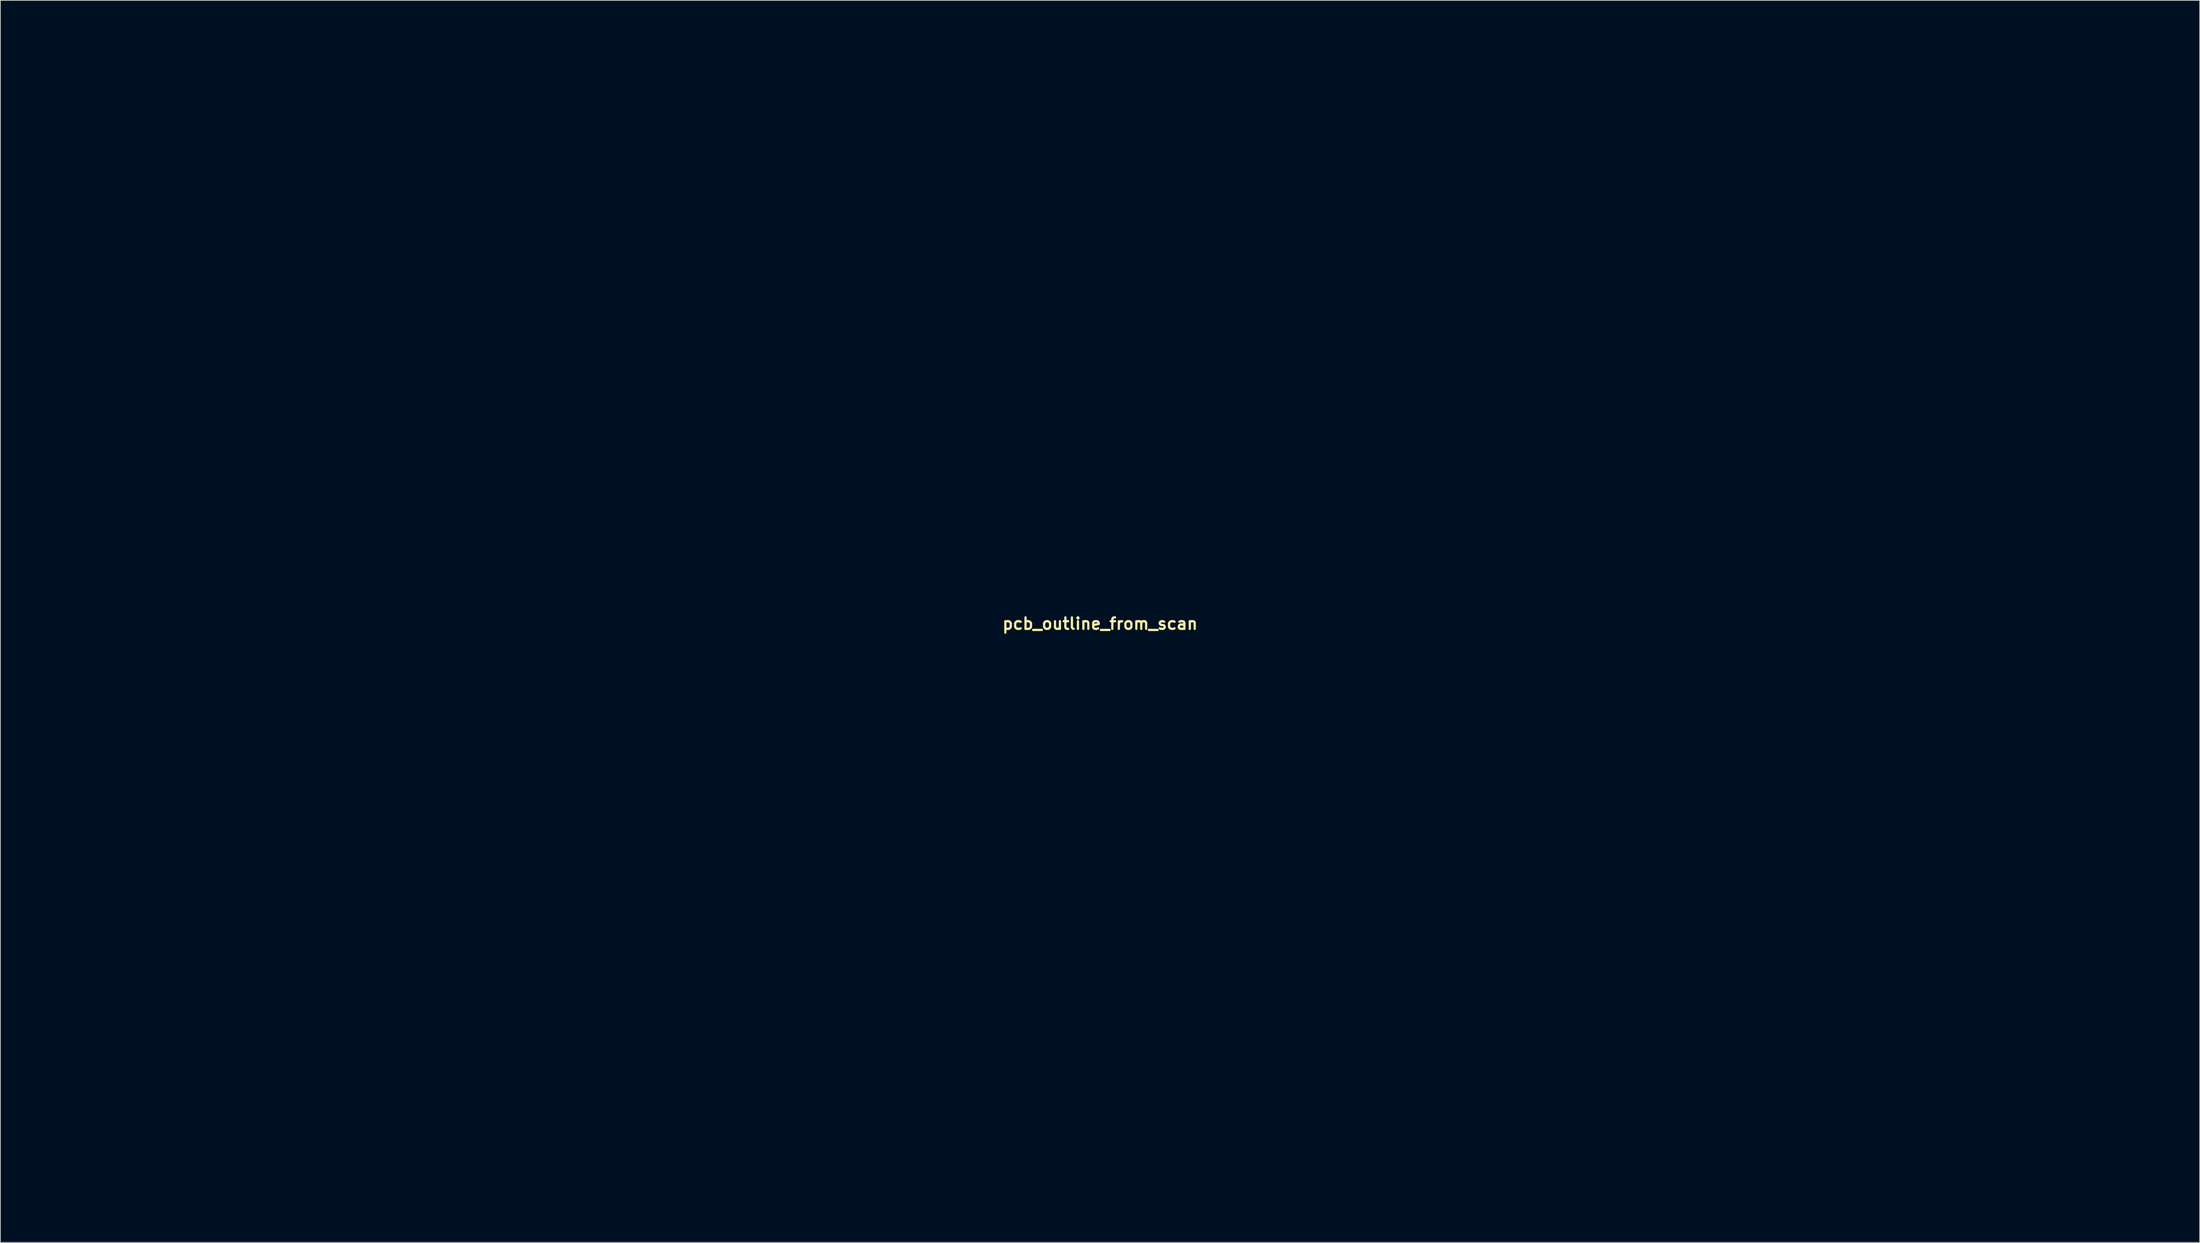
<source format=kicad_pcb>
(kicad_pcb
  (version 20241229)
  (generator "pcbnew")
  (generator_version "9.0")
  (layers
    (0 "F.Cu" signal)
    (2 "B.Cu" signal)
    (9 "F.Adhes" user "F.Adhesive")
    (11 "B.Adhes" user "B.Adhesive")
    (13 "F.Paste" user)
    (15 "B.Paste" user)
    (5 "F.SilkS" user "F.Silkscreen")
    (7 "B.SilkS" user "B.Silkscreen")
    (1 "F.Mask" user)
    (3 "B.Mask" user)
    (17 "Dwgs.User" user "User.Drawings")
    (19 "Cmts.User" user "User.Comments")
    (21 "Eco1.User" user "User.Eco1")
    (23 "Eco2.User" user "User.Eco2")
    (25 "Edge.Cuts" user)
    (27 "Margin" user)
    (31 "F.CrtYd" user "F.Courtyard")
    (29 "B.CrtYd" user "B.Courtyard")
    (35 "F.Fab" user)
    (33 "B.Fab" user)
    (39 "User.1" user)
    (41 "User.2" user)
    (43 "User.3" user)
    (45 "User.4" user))
  (footprint "pcb_outline_from_scan"
    (layer "F.Cu")
    (at 143.233 79.909)
    (property "Reference" "pcb_outline_from_scan" (at 0 0 0) (layer "F.SilkS") (effects (font (size 1.524 1.524) (thickness 0.3))))
    (attr through_hole)
    (fp_poly (pts (xy -69.497 -79.199) (xy -69.674 -79.022) (xy -69.85 -79.199) (xy -69.674 -79.375) (xy -69.497 -79.199)) (stroke (width 0.01) (type solid)) (fill no) (layer "Eco2.User"))
    (fp_poly (pts (xy -69.144 -78.493) (xy -69.321 -78.317) (xy -69.497 -78.493) (xy -69.321 -78.669) (xy -69.144 -78.493)) (stroke (width 0.01) (type solid)) (fill no) (layer "Eco2.User"))
    (fp_poly (pts (xy -69.144 -76.376) (xy -69.321 -76.2) (xy -69.497 -76.376) (xy -69.321 -76.553) (xy -69.144 -76.376)) (stroke (width 0.01) (type solid)) (fill no) (layer "Eco2.User"))
    (fp_poly (pts (xy -69.144 -73.201) (xy -69.321 -73.025) (xy -69.497 -73.201) (xy -69.321 -73.378) (xy -69.144 -73.201)) (stroke (width 0.01) (type solid)) (fill no) (layer "Eco2.User"))
    (fp_poly (pts (xy -69.144 -70.379) (xy -69.321 -70.203) (xy -69.497 -70.379) (xy -69.321 -70.556) (xy -69.144 -70.379)) (stroke (width 0.01) (type solid)) (fill no) (layer "Eco2.User"))
    (fp_poly (pts (xy -69.144 -67.204) (xy -69.321 -67.028) (xy -69.497 -67.204) (xy -69.321 -67.381) (xy -69.144 -67.204)) (stroke (width 0.01) (type solid)) (fill no) (layer "Eco2.User"))
    (fp_poly (pts (xy -69.144 -60.854) (xy -69.321 -60.678) (xy -69.497 -60.854) (xy -69.321 -61.031) (xy -69.144 -60.854)) (stroke (width 0.01) (type solid)) (fill no) (layer "Eco2.User"))
    (fp_poly (pts (xy -69.144 -58.737) (xy -69.321 -58.561) (xy -69.497 -58.737) (xy -69.321 -58.914) (xy -69.144 -58.737)) (stroke (width 0.01) (type solid)) (fill no) (layer "Eco2.User"))
    (fp_poly (pts (xy -69.144 -56.268) (xy -69.321 -56.092) (xy -69.497 -56.268) (xy -69.321 -56.444) (xy -69.144 -56.268)) (stroke (width 0.01) (type solid)) (fill no) (layer "Eco2.User"))
    (fp_poly (pts (xy -69.144 -53.799) (xy -69.321 -53.622) (xy -69.497 -53.799) (xy -69.321 -53.975) (xy -69.144 -53.799)) (stroke (width 0.01) (type solid)) (fill no) (layer "Eco2.User"))
    (fp_poly (pts (xy -69.144 -51.329) (xy -69.321 -51.153) (xy -69.497 -51.329) (xy -69.321 -51.506) (xy -69.144 -51.329)) (stroke (width 0.01) (type solid)) (fill no) (layer "Eco2.User"))
    (fp_poly (pts (xy -67.733 -49.565) (xy -67.91 -49.389) (xy -68.086 -49.565) (xy -67.91 -49.742) (xy -67.733 -49.565)) (stroke (width 0.01) (type solid)) (fill no) (layer "Eco2.User"))
    (fp_poly (pts (xy -66.675 -49.565) (xy -66.851 -49.389) (xy -67.028 -49.565) (xy -66.851 -49.742) (xy -66.675 -49.565)) (stroke (width 0.01) (type solid)) (fill no) (layer "Eco2.User"))
    (fp_poly (pts (xy -65.617 -49.565) (xy -65.793 -49.389) (xy -65.969 -49.565) (xy -65.793 -49.742) (xy -65.617 -49.565)) (stroke (width 0.01) (type solid)) (fill no) (layer "Eco2.User"))
    (fp_poly (pts (xy -64.558 -59.443) (xy -64.735 -59.267) (xy -64.911 -59.443) (xy -64.735 -59.619) (xy -64.558 -59.443)) (stroke (width 0.01) (type solid)) (fill no) (layer "Eco2.User"))
    (fp_poly (pts (xy -64.558 -58.737) (xy -64.735 -58.561) (xy -64.911 -58.737) (xy -64.735 -58.914) (xy -64.558 -58.737)) (stroke (width 0.01) (type solid)) (fill no) (layer "Eco2.User"))
    (fp_poly (pts (xy -64.558 -57.326) (xy -64.735 -57.15) (xy -64.911 -57.326) (xy -64.735 -57.503) (xy -64.558 -57.326)) (stroke (width 0.01) (type solid)) (fill no) (layer "Eco2.User"))
    (fp_poly (pts (xy -64.558 -56.621) (xy -64.735 -56.444) (xy -64.911 -56.621) (xy -64.735 -56.797) (xy -64.558 -56.621)) (stroke (width 0.01) (type solid)) (fill no) (layer "Eco2.User"))
    (fp_poly (pts (xy -64.558 -55.562) (xy -64.735 -55.386) (xy -64.911 -55.562) (xy -64.735 -55.739) (xy -64.558 -55.562)) (stroke (width 0.01) (type solid)) (fill no) (layer "Eco2.User"))
    (fp_poly (pts (xy -64.558 -54.857) (xy -64.735 -54.681) (xy -64.911 -54.857) (xy -64.735 -55.033) (xy -64.558 -54.857)) (stroke (width 0.01) (type solid)) (fill no) (layer "Eco2.User"))
    (fp_poly (pts (xy -64.558 -51.329) (xy -64.735 -51.153) (xy -64.911 -51.329) (xy -64.735 -51.506) (xy -64.558 -51.329)) (stroke (width 0.01) (type solid)) (fill no) (layer "Eco2.User"))
    (fp_poly (pts (xy -63.853 -59.443) (xy -64.029 -59.267) (xy -64.206 -59.443) (xy -64.029 -59.619) (xy -63.853 -59.443)) (stroke (width 0.01) (type solid)) (fill no) (layer "Eco2.User"))
    (fp_poly (pts (xy -62.089 -59.443) (xy -62.265 -59.267) (xy -62.442 -59.443) (xy -62.265 -59.619) (xy -62.089 -59.443)) (stroke (width 0.01) (type solid)) (fill no) (layer "Eco2.User"))
    (fp_poly (pts (xy -60.678 -59.796) (xy -60.854 -59.619) (xy -61.031 -59.796) (xy -60.854 -59.972) (xy -60.678 -59.796)) (stroke (width 0.01) (type solid)) (fill no) (layer "Eco2.User"))
    (fp_poly (pts (xy -59.267 -59.796) (xy -59.443 -59.619) (xy -59.619 -59.796) (xy -59.443 -59.972) (xy -59.267 -59.796)) (stroke (width 0.01) (type solid)) (fill no) (layer "Eco2.User"))
    (fp_poly (pts (xy -57.856 -59.796) (xy -58.032 -59.619) (xy -58.208 -59.796) (xy -58.032 -59.972) (xy -57.856 -59.796)) (stroke (width 0.01) (type solid)) (fill no) (layer "Eco2.User"))
    (fp_poly (pts (xy -56.444 -59.796) (xy -56.621 -59.619) (xy -56.797 -59.796) (xy -56.621 -59.972) (xy -56.444 -59.796)) (stroke (width 0.01) (type solid)) (fill no) (layer "Eco2.User"))
    (fp_poly (pts (xy -55.386 -59.796) (xy -55.562 -59.619) (xy -55.739 -59.796) (xy -55.562 -59.972) (xy -55.386 -59.796)) (stroke (width 0.01) (type solid)) (fill no) (layer "Eco2.User"))
    (fp_poly (pts (xy -51.153 -59.796) (xy -51.329 -59.619) (xy -51.506 -59.796) (xy -51.329 -59.972) (xy -51.153 -59.796)) (stroke (width 0.01) (type solid)) (fill no) (layer "Eco2.User"))
    (fp_poly (pts (xy -44.45 -59.796) (xy -44.626 -59.619) (xy -44.803 -59.796) (xy -44.626 -59.972) (xy -44.45 -59.796)) (stroke (width 0.01) (type solid)) (fill no) (layer "Eco2.User"))
    (fp_poly (pts (xy -24.342 -59.443) (xy -24.518 -59.267) (xy -24.694 -59.443) (xy -24.518 -59.619) (xy -24.342 -59.443)) (stroke (width 0.01) (type solid)) (fill no) (layer "Eco2.User"))
    (fp_poly (pts (xy -19.05 -59.443) (xy -19.226 -59.267) (xy -19.403 -59.443) (xy -19.226 -59.619) (xy -19.05 -59.443)) (stroke (width 0.01) (type solid)) (fill no) (layer "Eco2.User"))
    (fp_poly (pts (xy -14.817 -59.443) (xy -14.993 -59.267) (xy -15.169 -59.443) (xy -14.993 -59.619) (xy -14.817 -59.443)) (stroke (width 0.01) (type solid)) (fill no) (layer "Eco2.User"))
    (fp_poly (pts (xy -11.642 -59.443) (xy -11.818 -59.267) (xy -11.994 -59.443) (xy -11.818 -59.619) (xy -11.642 -59.443)) (stroke (width 0.01) (type solid)) (fill no) (layer "Eco2.User"))
    (fp_poly (pts (xy -9.525 -58.385) (xy -9.701 -58.208) (xy -9.878 -58.385) (xy -9.701 -58.561) (xy -9.525 -58.385)) (stroke (width 0.01) (type solid)) (fill no) (layer "Eco2.User"))
    (fp_poly (pts (xy -9.525 -57.326) (xy -9.701 -57.15) (xy -9.878 -57.326) (xy -9.701 -57.503) (xy -9.525 -57.326)) (stroke (width 0.01) (type solid)) (fill no) (layer "Eco2.User"))
    (fp_poly (pts (xy -9.525 -55.915) (xy -9.701 -55.739) (xy -9.878 -55.915) (xy -9.701 -56.092) (xy -9.525 -55.915)) (stroke (width 0.01) (type solid)) (fill no) (layer "Eco2.User"))
    (fp_poly (pts (xy -9.525 -54.151) (xy -9.701 -53.975) (xy -9.878 -54.151) (xy -9.701 -54.328) (xy -9.525 -54.151)) (stroke (width 0.01) (type solid)) (fill no) (layer "Eco2.User"))
    (fp_poly (pts (xy -9.525 -53.093) (xy -9.701 -52.917) (xy -9.878 -53.093) (xy -9.701 -53.269) (xy -9.525 -53.093)) (stroke (width 0.01) (type solid)) (fill no) (layer "Eco2.User"))
    (fp_poly (pts (xy -9.525 -51.682) (xy -9.701 -51.506) (xy -9.878 -51.682) (xy -9.701 -51.858) (xy -9.525 -51.682)) (stroke (width 0.01) (type solid)) (fill no) (layer "Eco2.User"))
    (fp_poly (pts (xy -9.525 -50.624) (xy -9.701 -50.447) (xy -9.878 -50.624) (xy -9.701 -50.8) (xy -9.525 -50.624)) (stroke (width 0.01) (type solid)) (fill no) (layer "Eco2.User"))
    (fp_poly (pts (xy -8.819 -49.212) (xy -8.996 -49.036) (xy -9.172 -49.212) (xy -8.996 -49.389) (xy -8.819 -49.212)) (stroke (width 0.01) (type solid)) (fill no) (layer "Eco2.User"))
    (fp_poly (pts (xy -8.114 -49.212) (xy -8.29 -49.036) (xy -8.467 -49.212) (xy -8.29 -49.389) (xy -8.114 -49.212)) (stroke (width 0.01) (type solid)) (fill no) (layer "Eco2.User"))
    (fp_poly (pts (xy -7.408 -49.212) (xy -7.585 -49.036) (xy -7.761 -49.212) (xy -7.585 -49.389) (xy -7.408 -49.212)) (stroke (width 0.01) (type solid)) (fill no) (layer "Eco2.User"))
    (fp_poly (pts (xy -4.939 -77.082) (xy -5.115 -76.906) (xy -5.292 -77.082) (xy -5.115 -77.258) (xy -4.939 -77.082)) (stroke (width 0.01) (type solid)) (fill no) (layer "Eco2.User"))
    (fp_poly (pts (xy -4.939 -74.26) (xy -5.115 -74.083) (xy -5.292 -74.26) (xy -5.115 -74.436) (xy -4.939 -74.26)) (stroke (width 0.01) (type solid)) (fill no) (layer "Eco2.User"))
    (fp_poly (pts (xy -4.939 -71.438) (xy -5.115 -71.261) (xy -5.292 -71.438) (xy -5.115 -71.614) (xy -4.939 -71.438)) (stroke (width 0.01) (type solid)) (fill no) (layer "Eco2.User"))
    (fp_poly (pts (xy -4.939 -68.615) (xy -5.115 -68.439) (xy -5.292 -68.615) (xy -5.115 -68.792) (xy -4.939 -68.615)) (stroke (width 0.01) (type solid)) (fill no) (layer "Eco2.User"))
    (fp_poly (pts (xy -4.939 -66.499) (xy -5.115 -66.322) (xy -5.292 -66.499) (xy -5.115 -66.675) (xy -4.939 -66.499)) (stroke (width 0.01) (type solid)) (fill no) (layer "Eco2.User"))
    (fp_poly (pts (xy -4.939 -63.324) (xy -5.115 -63.147) (xy -5.292 -63.324) (xy -5.115 -63.5) (xy -4.939 -63.324)) (stroke (width 0.01) (type solid)) (fill no) (layer "Eco2.User"))
    (fp_poly (pts (xy -4.939 -61.207) (xy -5.115 -61.031) (xy -5.292 -61.207) (xy -5.115 -61.383) (xy -4.939 -61.207)) (stroke (width 0.01) (type solid)) (fill no) (layer "Eco2.User"))
    (fp_poly (pts (xy -4.939 -58.385) (xy -5.115 -58.208) (xy -5.292 -58.385) (xy -5.115 -58.561) (xy -4.939 -58.385)) (stroke (width 0.01) (type solid)) (fill no) (layer "Eco2.User"))
    (fp_poly (pts (xy -4.939 -56.268) (xy -5.115 -56.092) (xy -5.292 -56.268) (xy -5.115 -56.444) (xy -4.939 -56.268)) (stroke (width 0.01) (type solid)) (fill no) (layer "Eco2.User"))
    (fp_poly (pts (xy -4.939 -53.446) (xy -5.115 -53.269) (xy -5.292 -53.446) (xy -5.115 -53.622) (xy -4.939 -53.446)) (stroke (width 0.01) (type solid)) (fill no) (layer "Eco2.User"))
    (fp_poly (pts (xy -4.939 -50.271) (xy -5.115 -50.094) (xy -5.292 -50.271) (xy -5.115 -50.447) (xy -4.939 -50.271)) (stroke (width 0.01) (type solid)) (fill no) (layer "Eco2.User"))
    (fp_poly (pts (xy -4.233 -73.554) (xy -4.41 -73.378) (xy -4.586 -73.554) (xy -4.41 -73.731) (xy -4.233 -73.554)) (stroke (width 0.01) (type solid)) (fill no) (layer "Eco2.User"))
    (fp_poly (pts (xy 1.764 -77.787) (xy 1.587 -77.611) (xy 1.411 -77.787) (xy 1.587 -77.964) (xy 1.764 -77.787)) (stroke (width 0.01) (type solid)) (fill no) (layer "Eco2.User"))
    (fp_poly (pts (xy 1.764 -76.376) (xy 1.587 -76.2) (xy 1.411 -76.376) (xy 1.587 -76.553) (xy 1.764 -76.376)) (stroke (width 0.01) (type solid)) (fill no) (layer "Eco2.User"))
    (fp_poly (pts (xy 1.764 -74.26) (xy 1.587 -74.083) (xy 1.411 -74.26) (xy 1.587 -74.436) (xy 1.764 -74.26)) (stroke (width 0.01) (type solid)) (fill no) (layer "Eco2.User"))
    (fp_poly (pts (xy 1.764 -72.496) (xy 1.587 -72.319) (xy 1.411 -72.496) (xy 1.587 -72.672) (xy 1.764 -72.496)) (stroke (width 0.01) (type solid)) (fill no) (layer "Eco2.User"))
    (fp_poly (pts (xy 1.764 -71.085) (xy 1.587 -70.908) (xy 1.411 -71.085) (xy 1.587 -71.261) (xy 1.764 -71.085)) (stroke (width 0.01) (type solid)) (fill no) (layer "Eco2.User"))
    (fp_poly (pts (xy 3.528 -70.026) (xy 3.351 -69.85) (xy 3.175 -70.026) (xy 3.351 -70.203) (xy 3.528 -70.026)) (stroke (width 0.01) (type solid)) (fill no) (layer "Eco2.User"))
    (fp_poly (pts (xy 5.292 -70.026) (xy 5.115 -69.85) (xy 4.939 -70.026) (xy 5.115 -70.203) (xy 5.292 -70.026)) (stroke (width 0.01) (type solid)) (fill no) (layer "Eco2.User"))
    (fp_poly (pts (xy 7.761 -70.026) (xy 7.585 -69.85) (xy 7.408 -70.026) (xy 7.585 -70.203) (xy 7.761 -70.026)) (stroke (width 0.01) (type solid)) (fill no) (layer "Eco2.User"))
    (fp_poly (pts (xy 9.525 -70.026) (xy 9.349 -69.85) (xy 9.172 -70.026) (xy 9.349 -70.203) (xy 9.525 -70.026)) (stroke (width 0.01) (type solid)) (fill no) (layer "Eco2.User"))
    (fp_poly (pts (xy 56.444 -77.787) (xy 56.268 -77.611) (xy 56.092 -77.787) (xy 56.268 -77.964) (xy 56.444 -77.787)) (stroke (width 0.01) (type solid)) (fill no) (layer "Eco2.User"))
    (fp_poly (pts (xy 56.444 -77.082) (xy 56.268 -76.906) (xy 56.092 -77.082) (xy 56.268 -77.258) (xy 56.444 -77.082)) (stroke (width 0.01) (type solid)) (fill no) (layer "Eco2.User"))
    (fp_poly (pts (xy 56.444 -76.024) (xy 56.268 -75.847) (xy 56.092 -76.024) (xy 56.268 -76.2) (xy 56.444 -76.024)) (stroke (width 0.01) (type solid)) (fill no) (layer "Eco2.User"))
    (fp_poly (pts (xy 56.444 -73.907) (xy 56.268 -73.731) (xy 56.092 -73.907) (xy 56.268 -74.083) (xy 56.444 -73.907)) (stroke (width 0.01) (type solid)) (fill no) (layer "Eco2.User"))
    (fp_poly (pts (xy 56.444 -72.496) (xy 56.268 -72.319) (xy 56.092 -72.496) (xy 56.268 -72.672) (xy 56.444 -72.496)) (stroke (width 0.01) (type solid)) (fill no) (layer "Eco2.User"))
    (fp_poly (pts (xy 57.503 -78.493) (xy 57.326 -78.317) (xy 57.15 -78.493) (xy 57.326 -78.669) (xy 57.503 -78.493)) (stroke (width 0.01) (type solid)) (fill no) (layer "Eco2.User"))
    (fp_poly (pts (xy 57.503 -77.435) (xy 57.326 -77.258) (xy 57.15 -77.435) (xy 57.326 -77.611) (xy 57.503 -77.435)) (stroke (width 0.01) (type solid)) (fill no) (layer "Eco2.User"))
    (fp_poly (pts (xy 57.503 -76.024) (xy 57.326 -75.847) (xy 57.15 -76.024) (xy 57.326 -76.2) (xy 57.503 -76.024)) (stroke (width 0.01) (type solid)) (fill no) (layer "Eco2.User"))
    (fp_poly (pts (xy 57.503 -75.318) (xy 57.326 -75.142) (xy 57.15 -75.318) (xy 57.326 -75.494) (xy 57.503 -75.318)) (stroke (width 0.01) (type solid)) (fill no) (layer "Eco2.User"))
    (fp_poly (pts (xy 57.503 -74.26) (xy 57.326 -74.083) (xy 57.15 -74.26) (xy 57.326 -74.436) (xy 57.503 -74.26)) (stroke (width 0.01) (type solid)) (fill no) (layer "Eco2.User"))
    (fp_poly (pts (xy 57.503 -73.554) (xy 57.326 -73.378) (xy 57.15 -73.554) (xy 57.326 -73.731) (xy 57.503 -73.554)) (stroke (width 0.01) (type solid)) (fill no) (layer "Eco2.User"))
    (fp_poly (pts (xy 57.503 -72.849) (xy 57.326 -72.672) (xy 57.15 -72.849) (xy 57.326 -73.025) (xy 57.503 -72.849)) (stroke (width 0.01) (type solid)) (fill no) (layer "Eco2.User"))
    (fp_poly (pts (xy 57.503 -71.085) (xy 57.326 -70.908) (xy 57.15 -71.085) (xy 57.326 -71.261) (xy 57.503 -71.085)) (stroke (width 0.01) (type solid)) (fill no) (layer "Eco2.User"))
    (fp_poly (pts (xy 59.972 -79.551) (xy 59.796 -79.375) (xy 59.619 -79.551) (xy 59.796 -79.728) (xy 59.972 -79.551)) (stroke (width 0.01) (type solid)) (fill no) (layer "Eco2.User"))
    (fp_poly (pts (xy 62.442 -78.846) (xy 62.265 -78.669) (xy 62.089 -78.846) (xy 62.265 -79.022) (xy 62.442 -78.846)) (stroke (width 0.01) (type solid)) (fill no) (layer "Eco2.User"))
    (fp_poly (pts (xy 62.794 -77.787) (xy 62.618 -77.611) (xy 62.442 -77.787) (xy 62.618 -77.964) (xy 62.794 -77.787)) (stroke (width 0.01) (type solid)) (fill no) (layer "Eco2.User"))
    (fp_poly (pts (xy 62.794 -76.729) (xy 62.618 -76.553) (xy 62.442 -76.729) (xy 62.618 -76.906) (xy 62.794 -76.729)) (stroke (width 0.01) (type solid)) (fill no) (layer "Eco2.User"))
    (fp_poly (pts (xy 62.794 -75.318) (xy 62.618 -75.142) (xy 62.442 -75.318) (xy 62.618 -75.494) (xy 62.794 -75.318)) (stroke (width 0.01) (type solid)) (fill no) (layer "Eco2.User"))
    (fp_poly (pts (xy 62.794 -73.907) (xy 62.618 -73.731) (xy 62.442 -73.907) (xy 62.618 -74.083) (xy 62.794 -73.907)) (stroke (width 0.01) (type solid)) (fill no) (layer "Eco2.User"))
    (fp_poly (pts (xy 62.794 -73.201) (xy 62.618 -73.025) (xy 62.442 -73.201) (xy 62.618 -73.378) (xy 62.794 -73.201)) (stroke (width 0.01) (type solid)) (fill no) (layer "Eco2.User"))
    (fp_poly (pts (xy 62.794 -71.79) (xy 62.618 -71.614) (xy 62.442 -71.79) (xy 62.618 -71.967) (xy 62.794 -71.79)) (stroke (width 0.01) (type solid)) (fill no) (layer "Eco2.User"))
    (fp_poly (pts (xy 62.794 -71.085) (xy 62.618 -70.908) (xy 62.442 -71.085) (xy 62.618 -71.261) (xy 62.794 -71.085)) (stroke (width 0.01) (type solid)) (fill no) (layer "Eco2.User"))
    (fp_poly (pts (xy 62.794 -70.379) (xy 62.618 -70.203) (xy 62.442 -70.379) (xy 62.618 -70.556) (xy 62.794 -70.379)) (stroke (width 0.01) (type solid)) (fill no) (layer "Eco2.User"))
    (fp_poly (pts (xy 63.853 -70.026) (xy 63.676 -69.85) (xy 63.5 -70.026) (xy 63.676 -70.203) (xy 63.853 -70.026)) (stroke (width 0.01) (type solid)) (fill no) (layer "Eco2.User"))
    (fp_poly (pts (xy 64.558 -70.026) (xy 64.382 -69.85) (xy 64.206 -70.026) (xy 64.382 -70.203) (xy 64.558 -70.026)) (stroke (width 0.01) (type solid)) (fill no) (layer "Eco2.User"))
    (fp_poly (pts (xy 65.969 -70.026) (xy 65.793 -69.85) (xy 65.617 -70.026) (xy 65.793 -70.203) (xy 65.969 -70.026)) (stroke (width 0.01) (type solid)) (fill no) (layer "Eco2.User"))
    (fp_poly (pts (xy 67.733 -70.026) (xy 67.557 -69.85) (xy 67.381 -70.026) (xy 67.557 -70.203) (xy 67.733 -70.026)) (stroke (width 0.01) (type solid)) (fill no) (layer "Eco2.User"))
    (fp_poly (pts (xy 68.792 -70.026) (xy 68.615 -69.85) (xy 68.439 -70.026) (xy 68.615 -70.203) (xy 68.792 -70.026)) (stroke (width 0.01) (type solid)) (fill no) (layer "Eco2.User"))
    (fp_poly (pts (xy 71.614 -78.14) (xy 71.438 -77.964) (xy 71.261 -78.14) (xy 71.438 -78.317) (xy 71.614 -78.14)) (stroke (width 0.01) (type solid)) (fill no) (layer "Eco2.User"))
    (fp_poly (pts (xy 71.614 -77.082) (xy 71.438 -76.906) (xy 71.261 -77.082) (xy 71.438 -77.258) (xy 71.614 -77.082)) (stroke (width 0.01) (type solid)) (fill no) (layer "Eco2.User"))
    (fp_poly (pts (xy 71.614 -76.024) (xy 71.438 -75.847) (xy 71.261 -76.024) (xy 71.438 -76.2) (xy 71.614 -76.024)) (stroke (width 0.01) (type solid)) (fill no) (layer "Eco2.User"))
    (fp_poly (pts (xy 71.614 -74.965) (xy 71.438 -74.789) (xy 71.261 -74.965) (xy 71.438 -75.142) (xy 71.614 -74.965)) (stroke (width 0.01) (type solid)) (fill no) (layer "Eco2.User"))
    (fp_poly (pts (xy 71.614 -73.907) (xy 71.438 -73.731) (xy 71.261 -73.907) (xy 71.438 -74.083) (xy 71.614 -73.907)) (stroke (width 0.01) (type solid)) (fill no) (layer "Eco2.User"))
    (fp_poly (pts (xy 71.614 -72.849) (xy 71.438 -72.672) (xy 71.261 -72.849) (xy 71.438 -73.025) (xy 71.614 -72.849)) (stroke (width 0.01) (type solid)) (fill no) (layer "Eco2.User"))
    (fp_poly (pts (xy 71.614 -71.438) (xy 71.438 -71.261) (xy 71.261 -71.438) (xy 71.438 -71.614) (xy 71.614 -71.438)) (stroke (width 0.01) (type solid)) (fill no) (layer "Eco2.User"))
    (fp_poly (pts (xy 71.614 -70.732) (xy 71.438 -70.556) (xy 71.261 -70.732) (xy 71.438 -70.908) (xy 71.614 -70.732)) (stroke (width 0.01) (type solid)) (fill no) (layer "Eco2.User"))
    (fp_poly (pts (xy 71.967 -70.026) (xy 71.79 -69.85) (xy 71.614 -70.026) (xy 71.79 -70.203) (xy 71.967 -70.026)) (stroke (width 0.01) (type solid)) (fill no) (layer "Eco2.User"))
    (fp_poly (pts (xy 73.378 -79.551) (xy 73.201 -79.375) (xy 73.025 -79.551) (xy 73.201 -79.728) (xy 73.378 -79.551)) (stroke (width 0.01) (type solid)) (fill no) (layer "Eco2.User"))
    (fp_poly (pts (xy 137.583 -78.846) (xy 137.407 -78.669) (xy 137.231 -78.846) (xy 137.407 -79.022) (xy 137.583 -78.846)) (stroke (width 0.01) (type solid)) (fill no) (layer "Eco2.User"))
    (fp_poly (pts (xy 138.642 -78.846) (xy 138.465 -78.669) (xy 138.289 -78.846) (xy 138.465 -79.022) (xy 138.642 -78.846)) (stroke (width 0.01) (type solid)) (fill no) (layer "Eco2.User"))
    (fp_poly (pts (xy 139.7 -78.846) (xy 139.524 -78.669) (xy 139.347 -78.846) (xy 139.524 -79.022) (xy 139.7 -78.846)) (stroke (width 0.01) (type solid)) (fill no) (layer "Eco2.User"))
    (fp_poly (pts (xy 140.758 -78.846) (xy 140.582 -78.669) (xy 140.406 -78.846) (xy 140.582 -79.022) (xy 140.758 -78.846)) (stroke (width 0.01) (type solid)) (fill no) (layer "Eco2.User"))
    (fp_poly (pts (xy 141.817 -78.846) (xy 141.64 -78.669) (xy 141.464 -78.846) (xy 141.64 -79.022) (xy 141.817 -78.846)) (stroke (width 0.01) (type solid)) (fill no) (layer "Eco2.User"))
    (fp_poly (pts (xy 142.169 46.39) (xy 141.993 46.567) (xy 141.817 46.39) (xy 141.993 46.214) (xy 142.169 46.39)) (stroke (width 0.01) (type solid)) (fill no) (layer "Eco2.User"))
    (fp_poly (pts (xy 142.169 49.918) (xy 141.993 50.094) (xy 141.817 49.918) (xy 141.993 49.742) (xy 142.169 49.918)) (stroke (width 0.01) (type solid)) (fill no) (layer "Eco2.User"))
    (fp_poly (pts (xy 142.169 53.446) (xy 141.993 53.622) (xy 141.817 53.446) (xy 141.993 53.269) (xy 142.169 53.446)) (stroke (width 0.01) (type solid)) (fill no) (layer "Eco2.User"))
    (fp_poly (pts (xy 142.169 58.032) (xy 141.993 58.208) (xy 141.817 58.032) (xy 141.993 57.856) (xy 142.169 58.032)) (stroke (width 0.01) (type solid)) (fill no) (layer "Eco2.User"))
    (fp_poly (pts (xy 142.169 63.324) (xy 141.993 63.5) (xy 141.817 63.324) (xy 141.993 63.147) (xy 142.169 63.324)) (stroke (width 0.01) (type solid)) (fill no) (layer "Eco2.User"))
    (fp_poly (pts (xy 142.169 66.851) (xy 141.993 67.028) (xy 141.817 66.851) (xy 141.993 66.675) (xy 142.169 66.851)) (stroke (width 0.01) (type solid)) (fill no) (layer "Eco2.User"))
    (fp_poly (pts (xy 142.169 70.379) (xy 141.993 70.556) (xy 141.817 70.379) (xy 141.993 70.203) (xy 142.169 70.379)) (stroke (width 0.01) (type solid)) (fill no) (layer "Eco2.User"))
    (fp_poly (pts (xy 142.169 72.849) (xy 141.993 73.025) (xy 141.817 72.849) (xy 141.993 72.672) (xy 142.169 72.849)) (stroke (width 0.01) (type solid)) (fill no) (layer "Eco2.User"))
    (fp_poly (pts (xy 142.169 76.376) (xy 141.993 76.553) (xy 141.817 76.376) (xy 141.993 76.2) (xy 142.169 76.376)) (stroke (width 0.01) (type solid)) (fill no) (layer "Eco2.User"))
    (fp_poly (pts (xy 142.169 78.14) (xy 141.993 78.317) (xy 141.817 78.14) (xy 141.993 77.964) (xy 142.169 78.14)) (stroke (width 0.01) (type solid)) (fill no) (layer "Eco2.User"))
    (fp_poly (pts (xy 142.522 16.757) (xy 142.346 16.933) (xy 142.169 16.757) (xy 142.346 16.581) (xy 142.522 16.757)) (stroke (width 0.01) (type solid)) (fill no) (layer "Eco2.User"))
    (fp_poly (pts (xy 142.522 23.46) (xy 142.346 23.636) (xy 142.169 23.46) (xy 142.346 23.283) (xy 142.522 23.46)) (stroke (width 0.01) (type solid)) (fill no) (layer "Eco2.User"))
    (fp_poly (pts (xy 142.522 29.104) (xy 142.346 29.281) (xy 142.169 29.104) (xy 142.346 28.928) (xy 142.522 29.104)) (stroke (width 0.01) (type solid)) (fill no) (layer "Eco2.User"))
    (fp_poly (pts (xy 142.522 34.396) (xy 142.346 34.572) (xy 142.169 34.396) (xy 142.346 34.219) (xy 142.522 34.396)) (stroke (width 0.01) (type solid)) (fill no) (layer "Eco2.User"))
    (fp_poly (pts (xy 142.522 40.393) (xy 142.346 40.569) (xy 142.169 40.393) (xy 142.346 40.217) (xy 142.522 40.393)) (stroke (width 0.01) (type solid)) (fill no) (layer "Eco2.User"))
    (fp_poly (pts (xy 142.875 -78.846) (xy 142.699 -78.669) (xy 142.522 -78.846) (xy 142.699 -79.022) (xy 142.875 -78.846)) (stroke (width 0.01) (type solid)) (fill no) (layer "Eco2.User"))
    (fp_poly (pts (xy 142.875 -78.14) (xy 142.699 -77.964) (xy 142.522 -78.14) (xy 142.699 -78.317) (xy 142.875 -78.14)) (stroke (width 0.01) (type solid)) (fill no) (layer "Eco2.User"))
    (fp_poly (pts (xy 142.875 -76.729) (xy 142.699 -76.553) (xy 142.522 -76.729) (xy 142.699 -76.906) (xy 142.875 -76.729)) (stroke (width 0.01) (type solid)) (fill no) (layer "Eco2.User"))
    (fp_poly (pts (xy 142.875 -75.318) (xy 142.699 -75.142) (xy 142.522 -75.318) (xy 142.699 -75.494) (xy 142.875 -75.318)) (stroke (width 0.01) (type solid)) (fill no) (layer "Eco2.User"))
    (fp_poly (pts (xy 142.875 -71.085) (xy 142.699 -70.908) (xy 142.522 -71.085) (xy 142.699 -71.261) (xy 142.875 -71.085)) (stroke (width 0.01) (type solid)) (fill no) (layer "Eco2.User"))
    (fp_poly (pts (xy 142.875 -68.615) (xy 142.699 -68.439) (xy 142.522 -68.615) (xy 142.699 -68.792) (xy 142.875 -68.615)) (stroke (width 0.01) (type solid)) (fill no) (layer "Eco2.User"))
    (fp_poly (pts (xy 142.875 -66.499) (xy 142.699 -66.322) (xy 142.522 -66.499) (xy 142.699 -66.675) (xy 142.875 -66.499)) (stroke (width 0.01) (type solid)) (fill no) (layer "Eco2.User"))
    (fp_poly (pts (xy 142.875 -63.324) (xy 142.699 -63.147) (xy 142.522 -63.324) (xy 142.699 -63.5) (xy 142.875 -63.324)) (stroke (width 0.01) (type solid)) (fill no) (layer "Eco2.User"))
    (fp_poly (pts (xy 142.875 -58.737) (xy 142.699 -58.561) (xy 142.522 -58.737) (xy 142.699 -58.914) (xy 142.875 -58.737)) (stroke (width 0.01) (type solid)) (fill no) (layer "Eco2.User"))
    (fp_poly (pts (xy 142.875 12.171) (xy 142.699 12.347) (xy 142.522 12.171) (xy 142.699 11.994) (xy 142.875 12.171)) (stroke (width 0.01) (type solid)) (fill no) (layer "Eco2.User"))
    (fp_poly (pts (xy 143.228 -72.849) (xy 143.051 -72.672) (xy 142.875 -72.849) (xy 143.051 -73.025) (xy 143.228 -72.849)) (stroke (width 0.01) (type solid)) (fill no) (layer "Eco2.User"))
    (fp_poly (pts (xy -68.909 -49.624) (xy -68.958 -49.414) (xy -69.144 -49.389) (xy -69.435 -49.518) (xy -69.38 -49.624) (xy -68.961 -49.666) (xy -68.909 -49.624)) (stroke (width 0.01) (type solid)) (fill no) (layer "Eco2.User"))
    (fp_poly (pts (xy -64.676 -52.799) (xy -64.634 -52.38) (xy -64.676 -52.329) (xy -64.886 -52.377) (xy -64.911 -52.564) (xy -64.782 -52.854) (xy -64.676 -52.799)) (stroke (width 0.01) (type solid)) (fill no) (layer "Eco2.User"))
    (fp_poly (pts (xy -64.676 -49.977) (xy -64.634 -49.558) (xy -64.676 -49.506) (xy -64.886 -49.555) (xy -64.911 -49.742) (xy -64.782 -50.032) (xy -64.676 -49.977)) (stroke (width 0.01) (type solid)) (fill no) (layer "Eco2.User"))
    (fp_poly (pts (xy -62.912 -59.502) (xy -62.96 -59.292) (xy -63.147 -59.267) (xy -63.438 -59.396) (xy -63.382 -59.502) (xy -62.964 -59.544) (xy -62.912 -59.502)) (stroke (width 0.01) (type solid)) (fill no) (layer "Eco2.User"))
    (fp_poly (pts (xy -9.643 -59.502) (xy -9.691 -59.292) (xy -9.878 -59.267) (xy -10.168 -59.396) (xy -10.113 -59.502) (xy -9.694 -59.544) (xy -9.643 -59.502)) (stroke (width 0.01) (type solid)) (fill no) (layer "Eco2.User"))
    (fp_poly (pts (xy -9.643 -49.624) (xy -9.6 -49.205) (xy -9.643 -49.154) (xy -9.852 -49.202) (xy -9.878 -49.389) (xy -9.749 -49.679) (xy -9.643 -49.624)) (stroke (width 0.01) (type solid)) (fill no) (layer "Eco2.User"))
    (fp_poly (pts (xy -6.115 -49.271) (xy -6.163 -49.062) (xy -6.35 -49.036) (xy -6.64 -49.165) (xy -6.585 -49.271) (xy -6.167 -49.314) (xy -6.115 -49.271)) (stroke (width 0.01) (type solid)) (fill no) (layer "Eco2.User"))
    (fp_poly (pts (xy -5.056 -49.271) (xy -5.105 -49.062) (xy -5.292 -49.036) (xy -5.582 -49.165) (xy -5.527 -49.271) (xy -5.108 -49.314) (xy -5.056 -49.271)) (stroke (width 0.01) (type solid)) (fill no) (layer "Eco2.User"))
    (fp_poly (pts (xy 1.646 -70.438) (xy 1.689 -70.019) (xy 1.646 -69.968) (xy 1.437 -70.016) (xy 1.411 -70.203) (xy 1.54 -70.493) (xy 1.646 -70.438)) (stroke (width 0.01) (type solid)) (fill no) (layer "Eco2.User"))
    (fp_poly (pts (xy 57.385 -72.202) (xy 57.427 -71.783) (xy 57.385 -71.731) (xy 57.175 -71.78) (xy 57.15 -71.967) (xy 57.279 -72.257) (xy 57.385 -72.202)) (stroke (width 0.01) (type solid)) (fill no) (layer "Eco2.User"))
    (fp_poly (pts (xy 60.913 -79.61) (xy 60.865 -79.4) (xy 60.678 -79.375) (xy 60.387 -79.504) (xy 60.443 -79.61) (xy 60.861 -79.652) (xy 60.913 -79.61)) (stroke (width 0.01) (type solid)) (fill no) (layer "Eco2.User"))
    (fp_poly (pts (xy 61.971 -79.61) (xy 61.923 -79.4) (xy 61.736 -79.375) (xy 61.446 -79.504) (xy 61.501 -79.61) (xy 61.92 -79.652) (xy 61.971 -79.61)) (stroke (width 0.01) (type solid)) (fill no) (layer "Eco2.User"))
    (fp_poly (pts (xy 71.144 -70.085) (xy 71.095 -69.875) (xy 70.908 -69.85) (xy 70.618 -69.979) (xy 70.673 -70.085) (xy 71.092 -70.127) (xy 71.144 -70.085)) (stroke (width 0.01) (type solid)) (fill no) (layer "Eco2.User"))
    (fp_poly (pts (xy 20.209 -79.471) (xy 20.285 -79.375) (xy 20.409 -79.058) (xy 20.075 -79.177) (xy 19.756 -79.375) (xy 19.484 -79.658) (xy 19.647 -79.722) (xy 20.209 -79.471)) (stroke (width 0.01) (type solid)) (fill no) (layer "Eco2.User"))
    (fp_poly (pts (xy 56.725 -70.892) (xy 56.947 -70.337) (xy 56.789 -70.203) (xy 56.359 -70.485) (xy 56.213 -70.747) (xy 56.099 -71.337) (xy 56.331 -71.368) (xy 56.725 -70.892)) (stroke (width 0.01) (type solid)) (fill no) (layer "Eco2.User"))
    (fp_poly (pts (xy -139.965 -79.302) (xy -136.701 -79.23) (xy -139.776 -79.113) (xy -142.851 -78.995) (xy -142.965 -75.393) (xy -143.079 -71.79) (xy -143.153 -75.583) (xy -143.228 -79.375) (xy -139.965 -79.302)) (stroke (width 0.01) (type solid)) (fill no) (layer "Eco2.User"))
    (fp_poly (pts (xy 55.689 -79.232) (xy 56.302 -78.636) (xy 56.401 -78.365) (xy 56.177 -78.317) (xy 55.812 -78.584) (xy 55.421 -79.11) (xy 55.104 -79.649) (xy 55.192 -79.663) (xy 55.689 -79.232)) (stroke (width 0.01) (type solid)) (fill no) (layer "Eco2.User"))
    (fp_poly (pts (xy 58.45 -79.5) (xy 58.385 -79.375) (xy 58.052 -79.038) (xy 57.99 -79.022) (xy 57.966 -79.25) (xy 58.032 -79.375) (xy 58.364 -79.712) (xy 58.426 -79.728) (xy 58.45 -79.5)) (stroke (width 0.01) (type solid)) (fill no) (layer "Eco2.User"))
    (fp_poly (pts (xy 71.856 -79.5) (xy 71.79 -79.375) (xy 71.458 -79.038) (xy 71.396 -79.022) (xy 71.372 -79.25) (xy 71.438 -79.375) (xy 71.77 -79.712) (xy 71.832 -79.728) (xy 71.856 -79.5)) (stroke (width 0.01) (type solid)) (fill no) (layer "Eco2.User"))
    (fp_poly (pts (xy -94.775 17.929) (xy -94.224 18.416) (xy -94.022 19.054) (xy -94.058 19.209) (xy -94.585 19.813) (xy -95.321 19.839) (xy -95.754 19.554) (xy -96.101 18.82) (xy -95.839 18.135) (xy -95.409 17.858) (xy -94.775 17.929)) (stroke (width 0.01) (type solid)) (fill no) (layer "Eco2.User"))
    (fp_poly (pts (xy -94.07 62.379) (xy -93.519 62.866) (xy -93.316 63.504) (xy -93.352 63.659) (xy -93.88 64.263) (xy -94.616 64.289) (xy -95.048 64.004) (xy -95.396 63.27) (xy -95.133 62.585) (xy -94.704 62.308) (xy -94.07 62.379)) (stroke (width 0.01) (type solid)) (fill no) (layer "Eco2.User"))
    (fp_poly (pts (xy -60.203 17.576) (xy -59.652 18.063) (xy -59.449 18.702) (xy -59.485 18.857) (xy -60.013 19.46) (xy -60.749 19.486) (xy -61.182 19.201) (xy -61.529 18.467) (xy -61.266 17.783) (xy -60.837 17.505) (xy -60.203 17.576)) (stroke (width 0.01) (type solid)) (fill no) (layer "Eco2.User"))
    (fp_poly (pts (xy -60.203 50.384) (xy -59.652 50.872) (xy -59.449 51.51) (xy -59.485 51.665) (xy -60.013 52.268) (xy -60.749 52.294) (xy -61.182 52.01) (xy -61.529 51.276) (xy -61.266 50.591) (xy -60.837 50.313) (xy -60.203 50.384)) (stroke (width 0.01) (type solid)) (fill no) (layer "Eco2.User"))
    (fp_poly (pts (xy -44.652 17.84) (xy -44.304 18.476) (xy -44.316 18.857) (xy -44.844 19.46) (xy -45.58 19.486) (xy -46.012 19.201) (xy -46.36 18.566) (xy -46.348 18.185) (xy -45.82 17.582) (xy -45.084 17.556) (xy -44.652 17.84)) (stroke (width 0.01) (type solid)) (fill no) (layer "Eco2.User"))
    (fp_poly (pts (xy -44.652 53.118) (xy -44.304 53.754) (xy -44.316 54.134) (xy -44.844 54.738) (xy -45.58 54.764) (xy -46.012 54.479) (xy -46.36 53.843) (xy -46.348 53.463) (xy -45.82 52.859) (xy -45.084 52.833) (xy -44.652 53.118)) (stroke (width 0.01) (type solid)) (fill no) (layer "Eco2.User"))
    (fp_poly (pts (xy -40.106 50.381) (xy -39.713 50.649) (xy -39.365 51.284) (xy -39.377 51.665) (xy -39.905 52.268) (xy -40.641 52.294) (xy -41.073 52.01) (xy -41.421 51.276) (xy -41.158 50.591) (xy -40.729 50.313) (xy -40.106 50.381)) (stroke (width 0.01) (type solid)) (fill no) (layer "Eco2.User"))
    (fp_poly (pts (xy -39.713 17.84) (xy -39.365 18.476) (xy -39.377 18.857) (xy -39.905 19.46) (xy -40.641 19.486) (xy -41.073 19.201) (xy -41.421 18.566) (xy -41.409 18.185) (xy -40.881 17.582) (xy -40.145 17.556) (xy -39.713 17.84)) (stroke (width 0.01) (type solid)) (fill no) (layer "Eco2.User"))
    (fp_poly (pts (xy 5.443 17.84) (xy 5.791 18.476) (xy 5.779 18.857) (xy 5.251 19.46) (xy 4.515 19.486) (xy 4.082 19.201) (xy 3.734 18.566) (xy 3.746 18.185) (xy 4.274 17.582) (xy 5.01 17.556) (xy 5.443 17.84)) (stroke (width 0.01) (type solid)) (fill no) (layer "Eco2.User"))
    (fp_poly (pts (xy 5.443 50.296) (xy 5.791 50.932) (xy 5.779 51.312) (xy 5.251 51.916) (xy 4.515 51.942) (xy 4.082 51.657) (xy 3.734 51.021) (xy 3.746 50.641) (xy 4.274 50.037) (xy 5.01 50.011) (xy 5.443 50.296)) (stroke (width 0.01) (type solid)) (fill no) (layer "Eco2.User"))
    (fp_poly (pts (xy 20.612 17.84) (xy 20.96 18.476) (xy 20.948 18.857) (xy 20.42 19.46) (xy 19.684 19.486) (xy 19.252 19.201) (xy 18.904 18.566) (xy 18.916 18.185) (xy 19.444 17.582) (xy 20.18 17.556) (xy 20.612 17.84)) (stroke (width 0.01) (type solid)) (fill no) (layer "Eco2.User"))
    (fp_poly (pts (xy 20.612 50.296) (xy 20.96 50.932) (xy 20.948 51.312) (xy 20.42 51.916) (xy 19.684 51.942) (xy 19.252 51.657) (xy 18.904 51.021) (xy 18.916 50.641) (xy 19.444 50.037) (xy 20.18 50.011) (xy 20.612 50.296)) (stroke (width 0.01) (type solid)) (fill no) (layer "Eco2.User"))
    (fp_poly (pts (xy -141.963 49.478) (xy -141.825 50.365) (xy -141.771 50.8) (xy -141.637 52.159) (xy -141.578 53.167) (xy -141.588 53.753) (xy -141.659 53.843) (xy -141.785 53.365) (xy -141.933 52.424) (xy -142.069 51.086) (xy -142.128 49.794) (xy -142.124 49.428) (xy -142.069 49.14) (xy -141.963 49.478)) (stroke (width 0.01) (type solid)) (fill no) (layer "Eco2.User"))
    (fp_poly (pts (xy -136.073 72.616) (xy -135.531 73.413) (xy -135.467 73.907) (xy -135.763 74.888) (xy -136.56 75.43) (xy -137.054 75.494) (xy -137.864 75.303) (xy -138.218 75.071) (xy -138.651 74.228) (xy -138.539 73.332) (xy -137.98 72.618) (xy -137.074 72.32) (xy -137.054 72.319) (xy -136.073 72.616)) (stroke (width 0.01) (type solid)) (fill no) (layer "Eco2.User"))
    (fp_poly (pts (xy -126.954 62.192) (xy -126.24 62.751) (xy -125.942 63.657) (xy -125.942 63.676) (xy -126.238 64.657) (xy -127.035 65.199) (xy -127.529 65.264) (xy -128.339 65.073) (xy -128.693 64.841) (xy -129.072 64.035) (xy -129.015 63.078) (xy -128.693 62.512) (xy -127.85 62.079) (xy -126.954 62.192)) (stroke (width 0.01) (type solid)) (fill no) (layer "Eco2.User"))
    (fp_poly (pts (xy 139.093 -55.796) (xy 139.635 -54.998) (xy 139.7 -54.504) (xy 139.404 -53.523) (xy 138.607 -52.981) (xy 138.113 -52.917) (xy 137.303 -53.108) (xy 136.948 -53.34) (xy 136.515 -54.183) (xy 136.628 -55.079) (xy 137.187 -55.793) (xy 138.093 -56.092) (xy 138.113 -56.092) (xy 139.093 -55.796)) (stroke (width 0.01) (type solid)) (fill no) (layer "Eco2.User"))
    (fp_poly (pts (xy -137.315 -75.438) (xy -137.301 -75.424) (xy -136.868 -74.581) (xy -136.981 -73.685) (xy -137.539 -72.971) (xy -138.445 -72.672) (xy -138.465 -72.672) (xy -139.275 -72.863) (xy -139.629 -73.096) (xy -139.983 -73.783) (xy -140.053 -74.26) (xy -139.765 -75.171) (xy -139.056 -75.738) (xy -138.161 -75.859) (xy -137.315 -75.438)) (stroke (width 0.01) (type solid)) (fill no) (layer "Eco2.User"))
    (fp_poly (pts (xy -137.201 -55.803) (xy -136.635 -55.095) (xy -136.513 -54.2) (xy -136.934 -53.354) (xy -136.948 -53.34) (xy -137.636 -52.987) (xy -138.113 -52.917) (xy -138.922 -53.108) (xy -139.277 -53.34) (xy -139.71 -54.183) (xy -139.597 -55.079) (xy -139.038 -55.793) (xy -138.132 -56.092) (xy -138.113 -56.092) (xy -137.201 -55.803)) (stroke (width 0.01) (type solid)) (fill no) (layer "Eco2.User"))
    (fp_poly (pts (xy 11.565 -74.877) (xy 11.588 -72.895) (xy 11.58 -71.513) (xy 11.529 -70.623) (xy 11.424 -70.121) (xy 11.254 -69.901) (xy 11.024 -69.855) (xy 10.652 -69.942) (xy 10.837 -70.134) (xy 11.046 -70.587) (xy 11.206 -71.665) (xy 11.32 -73.397) (xy 11.377 -75.156) (xy 11.488 -79.904) (xy 11.565 -74.877)) (stroke (width 0.01) (type solid)) (fill no) (layer "Eco2.User"))
    (fp_poly (pts (xy 0.015 -79.653) (xy 1.008 -79.601) (xy 1.309 -79.536) (xy 0.925 -79.463) (xy -0.138 -79.386) (xy -1.872 -79.311) (xy -2.205 -79.3) (xy -3.581 -79.283) (xy -4.641 -79.323) (xy -5.226 -79.411) (xy -5.292 -79.463) (xy -4.964 -79.569) (xy -4.078 -79.647) (xy -2.781 -79.687) (xy -1.676 -79.687) (xy 0.015 -79.653)) (stroke (width 0.01) (type solid)) (fill no) (layer "Eco2.User"))
    (fp_poly (pts (xy -142.798 -50.122) (xy -142.657 -49.258) (xy -142.567 -48.022) (xy -142.554 -47.625) (xy -142.544 -46.315) (xy -142.58 -45.328) (xy -142.653 -44.831) (xy -142.68 -44.803) (xy -142.786 -45.123) (xy -142.858 -45.951) (xy -142.88 -46.831) (xy -142.919 -48.101) (xy -143.015 -49.188) (xy -143.097 -49.653) (xy -143.137 -50.26) (xy -142.966 -50.447) (xy -142.798 -50.122)) (stroke (width 0.01) (type solid)) (fill no) (layer "Eco2.User"))
    (fp_poly (pts (xy -142.178 25.22) (xy -142.135 25.461) (xy -142.05 26.576) (xy -142.041 28.119) (xy -142.107 29.813) (xy -142.149 30.4) (xy -142.253 31.669) (xy -142.325 32.424) (xy -142.371 32.63) (xy -142.396 32.252) (xy -142.405 31.254) (xy -142.403 29.6) (xy -142.401 28.751) (xy -142.383 26.824) (xy -142.34 25.596) (xy -142.272 25.063) (xy -142.178 25.22)) (stroke (width 0.01) (type solid)) (fill no) (layer "Eco2.User"))
    (fp_poly (pts (xy -141.557 76.639) (xy -141.418 77.696) (xy -141.152 78.241) (xy -140.664 78.468) (xy -140.651 78.471) (xy -139.103 78.807) (xy -138.096 79.067) (xy -137.68 79.237) (xy -137.906 79.301) (xy -137.936 79.301) (xy -138.848 79.222) (xy -140.015 79.028) (xy -140.317 78.964) (xy -141.817 78.628) (xy -141.753 76.797) (xy -141.689 74.965) (xy -141.557 76.639)) (stroke (width 0.01) (type solid)) (fill no) (layer "Eco2.User"))
    (fp_poly (pts (xy 128.692 62.28) (xy 129.046 62.512) (xy 129.4 63.2) (xy 129.469 63.676) (xy 129.278 64.486) (xy 129.046 64.841) (xy 128.358 65.194) (xy 127.882 65.264) (xy 127.072 65.073) (xy 126.718 64.841) (xy 126.364 64.153) (xy 126.294 63.676) (xy 126.485 62.867) (xy 126.718 62.512) (xy 127.406 62.159) (xy 127.882 62.089) (xy 128.692 62.28)) (stroke (width 0.01) (type solid)) (fill no) (layer "Eco2.User"))
    (fp_poly (pts (xy 137.864 72.863) (xy 138.218 73.096) (xy 138.572 73.783) (xy 138.642 74.26) (xy 138.451 75.069) (xy 138.218 75.424) (xy 137.531 75.777) (xy 137.054 75.847) (xy 136.245 75.656) (xy 135.89 75.424) (xy 135.537 74.736) (xy 135.467 74.26) (xy 135.658 73.45) (xy 135.89 73.096) (xy 136.578 72.742) (xy 137.054 72.672) (xy 137.864 72.863)) (stroke (width 0.01) (type solid)) (fill no) (layer "Eco2.User"))
    (fp_poly (pts (xy 124.756 78.82) (xy 126.989 78.838) (xy 128.937 78.876) (xy 130.508 78.929) (xy 131.606 78.994) (xy 132.139 79.067) (xy 132.165 79.105) (xy 131.621 79.228) (xy 130.455 79.288) (xy 128.65 79.286) (xy 126.187 79.221) (xy 123.048 79.093) (xy 121.356 79.012) (xy 120.086 78.944) (xy 119.372 78.892) (xy 119.24 78.855) (xy 119.714 78.83) (xy 120.82 78.817) (xy 122.584 78.815) (xy 124.756 78.82)) (stroke (width 0.01) (type solid)) (fill no) (layer "Eco2.User"))
    (fp_poly (pts (xy 23.059 -79.541) (xy 22.621 -79.11) (xy 22.296 -78.773) (xy 22.076 -78.308) (xy 21.936 -77.578) (xy 21.851 -76.443) (xy 21.795 -74.763) (xy 21.788 -74.44) (xy 21.736 -72.674) (xy 21.661 -71.494) (xy 21.543 -70.781) (xy 21.361 -70.413) (xy 21.096 -70.273) (xy 21.078 -70.269) (xy 20.821 -70.275) (xy 20.651 -70.484) (xy 20.553 -71.007) (xy 20.515 -71.953) (xy 20.52 -73.435) (xy 20.537 -74.498) (xy 20.613 -78.846) (xy 20.725 -74.687) (xy 20.818 -72.694) (xy 20.955 -71.402) (xy 21.115 -70.808) (xy 21.274 -70.911) (xy 21.409 -71.708) (xy 21.497 -73.198) (xy 21.519 -74.755) (xy 21.536 -76.498) (xy 21.6 -77.676) (xy 21.731 -78.432) (xy 21.951 -78.907) (xy 22.165 -79.144) (xy 22.763 -79.594) (xy 23.086 -79.728) (xy 23.059 -79.541)) (stroke (width 0.01) (type solid)) (fill no) (layer "Eco2.User")))
  (gr_rect
    (start -3 -3)
    (end 289.466 162.215)
    (stroke (width 0.1) (type default))
    (fill no)
    (layer "Edge.Cuts")))
</source>
